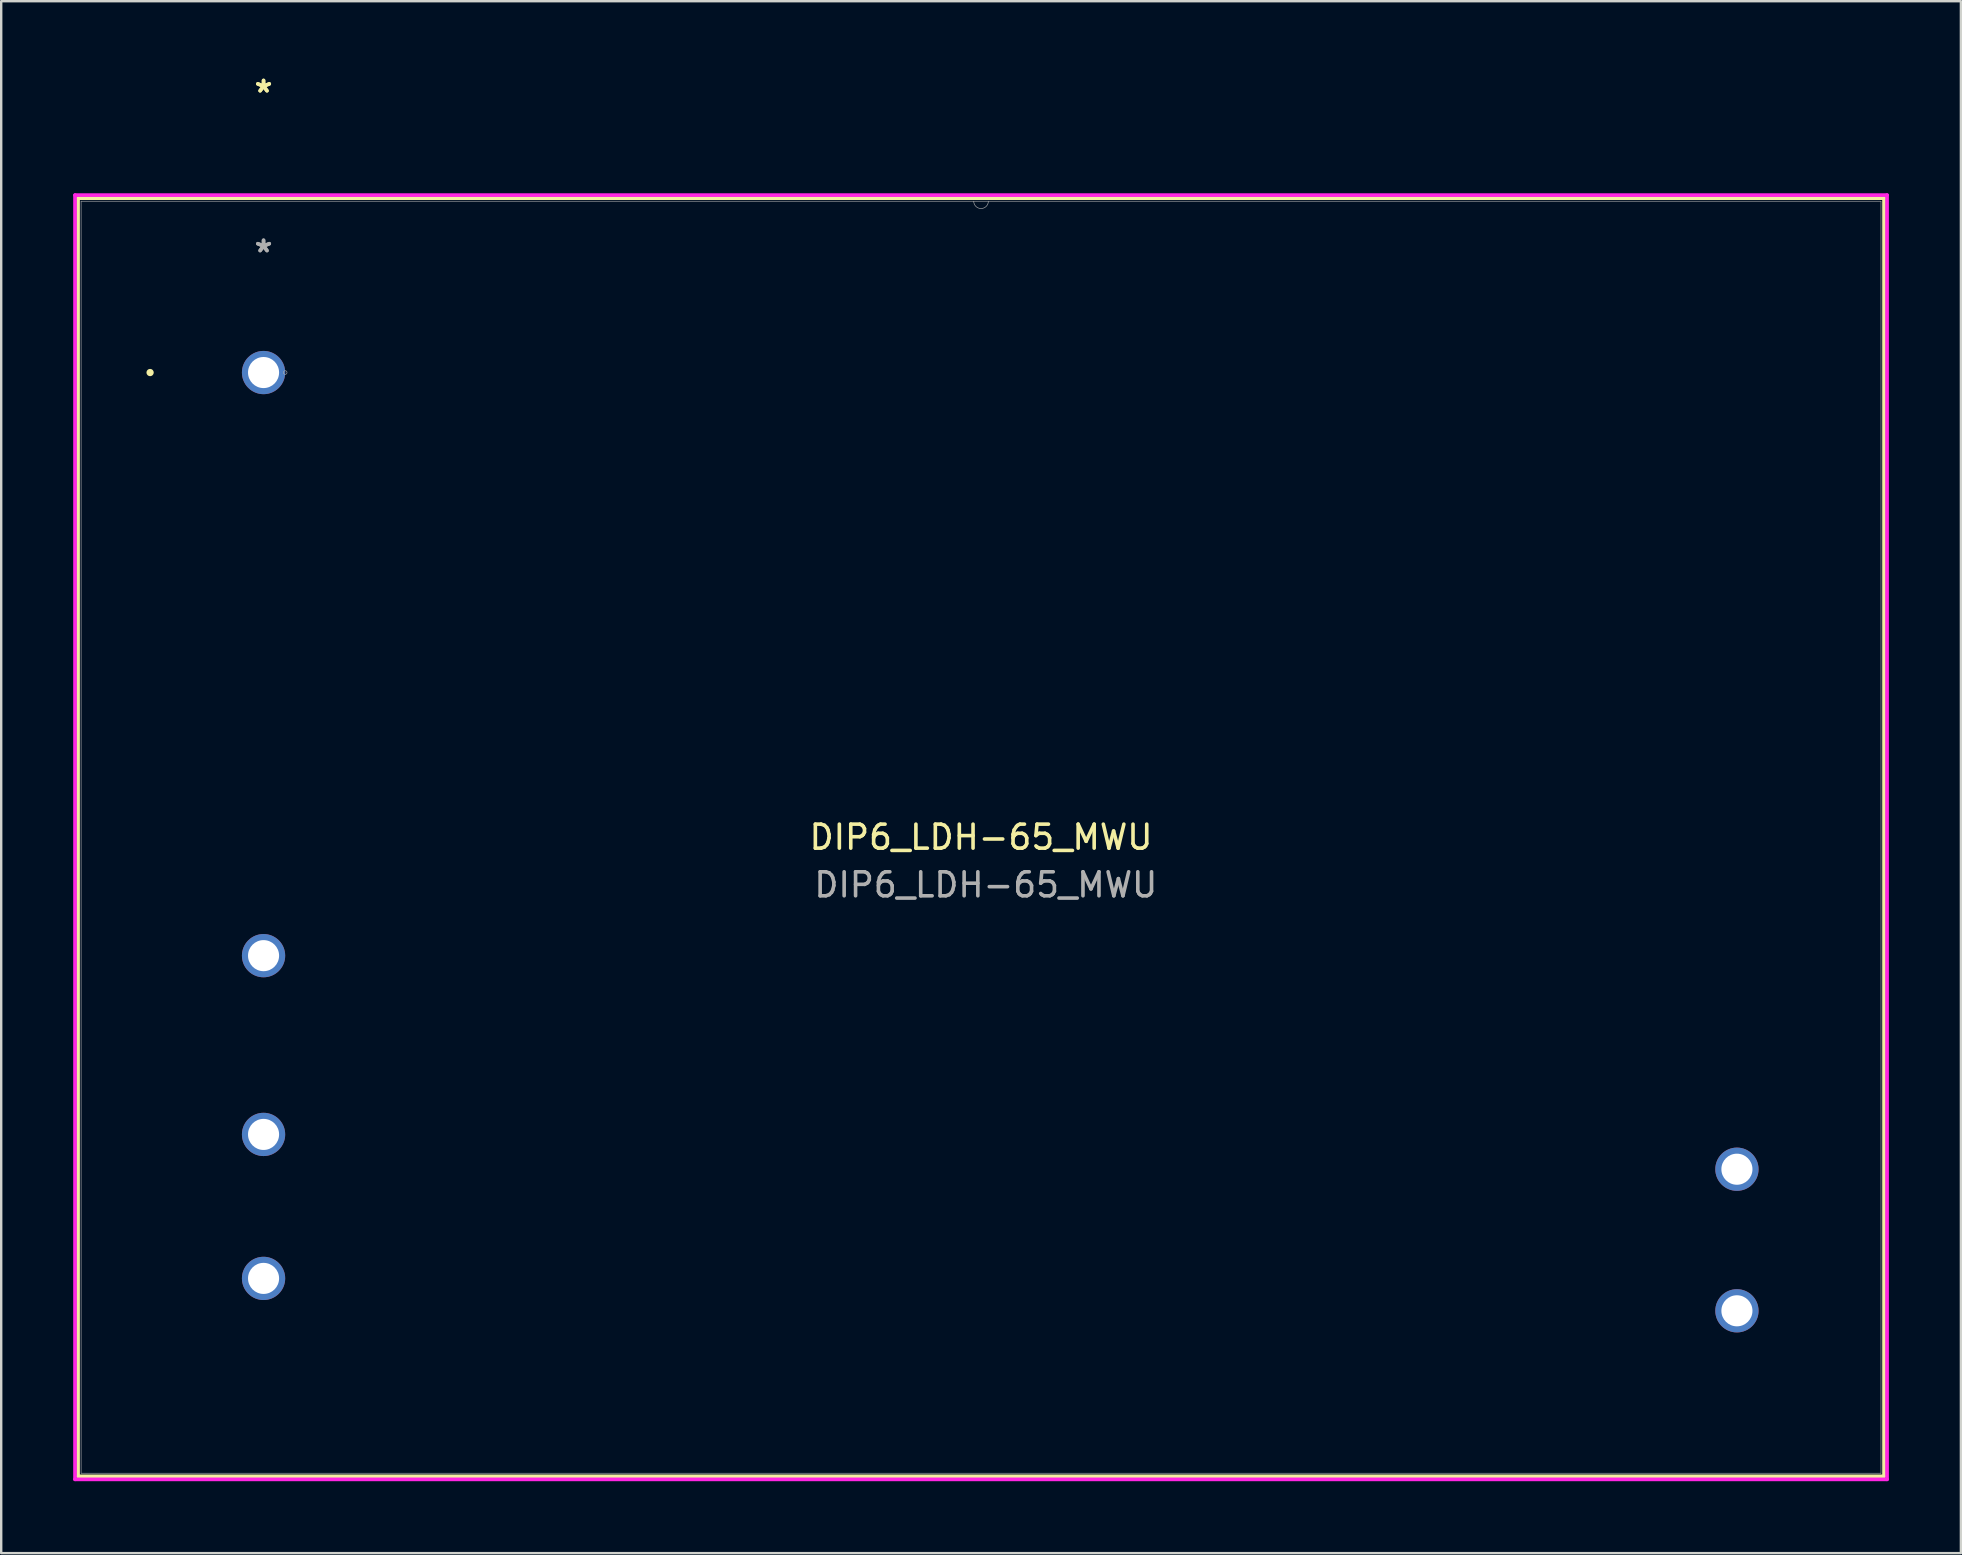
<source format=kicad_pcb>
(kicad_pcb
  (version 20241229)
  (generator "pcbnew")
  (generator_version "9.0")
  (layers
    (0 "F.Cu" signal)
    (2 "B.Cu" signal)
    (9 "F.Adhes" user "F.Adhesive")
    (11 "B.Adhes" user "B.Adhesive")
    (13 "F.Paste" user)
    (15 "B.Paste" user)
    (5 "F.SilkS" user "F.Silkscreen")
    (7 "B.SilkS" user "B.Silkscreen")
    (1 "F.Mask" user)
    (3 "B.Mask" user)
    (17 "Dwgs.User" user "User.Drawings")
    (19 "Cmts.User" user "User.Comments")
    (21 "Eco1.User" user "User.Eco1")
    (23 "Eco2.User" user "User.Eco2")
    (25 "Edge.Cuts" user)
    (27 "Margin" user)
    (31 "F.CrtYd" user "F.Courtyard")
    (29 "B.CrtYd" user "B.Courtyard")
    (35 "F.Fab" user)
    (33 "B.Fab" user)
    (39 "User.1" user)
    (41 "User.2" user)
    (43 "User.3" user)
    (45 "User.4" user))
  (footprint "DIP6_LDH-65_MWU"
    (layer "F.Cu")
    (at 7.933 12.475)
    (property "Reference" "DIP6_LDH-65_MWU" (at 29.9 19.365 0) (unlocked yes) (layer "F.SilkS") (effects (font (size 1 1) (thickness 0.15))))
    (attr through_hole)
    (fp_line (start -7.73 -7.267) (end -7.73 45.997) (stroke (width 0.152) (type solid)) (layer "F.SilkS"))
    (fp_line (start -7.73 45.997) (end 67.53 45.997) (stroke (width 0.152) (type solid)) (layer "F.SilkS"))
    (fp_line (start 67.53 -7.267) (end -7.73 -7.267) (stroke (width 0.152) (type solid)) (layer "F.SilkS"))
    (fp_line (start 67.53 45.997) (end 67.53 -7.267) (stroke (width 0.152) (type solid)) (layer "F.SilkS"))
    (fp_circle (center -4.728 0) (end -4.652 0) (stroke (width 0.152) (type solid)) (fill no) (layer "F.SilkS"))
    (fp_line (start -7.857 -7.394) (end 67.657 -7.394) (stroke (width 0.152) (type solid)) (layer "F.CrtYd"))
    (fp_line (start -7.857 46.124) (end -7.857 -7.394) (stroke (width 0.152) (type solid)) (layer "F.CrtYd"))
    (fp_line (start 67.657 -7.394) (end 67.657 46.124) (stroke (width 0.152) (type solid)) (layer "F.CrtYd"))
    (fp_line (start 67.657 46.124) (end -7.857 46.124) (stroke (width 0.152) (type solid)) (layer "F.CrtYd"))
    (fp_line (start -7.603 -7.14) (end -7.603 45.87) (stroke (width 0.025) (type solid)) (layer "F.Fab"))
    (fp_line (start -7.603 45.87) (end 67.403 45.87) (stroke (width 0.025) (type solid)) (layer "F.Fab"))
    (fp_line (start 67.403 -7.14) (end -7.603 -7.14) (stroke (width 0.025) (type solid)) (layer "F.Fab"))
    (fp_line (start 67.403 45.87) (end 67.403 -7.14) (stroke (width 0.025) (type solid)) (layer "F.Fab"))
    (fp_arc (start 30.204804 -7.140001) (mid 29.900004 -6.835201) (end 29.595204 -7.140001) (stroke (width 0.0254) (type solid)) (layer "F.Fab"))
    (fp_circle (center 0.902 0) (end 0.978 0) (stroke (width 0.025) (type solid)) (fill no) (layer "F.Fab"))
    (fp_text user "*" (at 0 -11.627 0) (unlocked yes) (layer "F.SilkS") (effects (font (size 1 1) (thickness 0.15))))
    (fp_text user "*" (at 0 -11.627 0) (layer "F.SilkS") (effects (font (size 1 1) (thickness 0.15))))
    (fp_text user "${REFERENCE}" (at 30.1 21.35 0) (unlocked yes) (layer "F.Fab") (effects (font (size 1 1) (thickness 0.15))))
    (fp_text user "*" (at 0 -4.967 0) (layer "F.Fab") (effects (font (size 1 1) (thickness 0.15))))
    (fp_text user "*" (at 0 -4.967 0) (unlocked yes) (layer "F.Fab") (effects (font (size 1 1) (thickness 0.15))))
    (pad "1" thru_hole circle (at 0.000001 0) (size 1.803 1.803) (drill 1.295) (layers "*.Cu" "*.Mask"))
    (pad "2" thru_hole circle (at 0.000001 24.3) (size 1.803 1.803) (drill 1.295) (layers "*.Cu" "*.Mask"))
    (pad "3" thru_hole circle (at 0.000001 31.75) (size 1.803 1.803) (drill 1.295) (layers "*.Cu" "*.Mask"))
    (pad "4" thru_hole circle (at 0.000001 37.75) (size 1.803 1.803) (drill 1.295) (layers "*.Cu" "*.Mask"))
    (pad "5" thru_hole circle (at 61.4 39.1) (size 1.803 1.803) (drill 1.295) (layers "*.Cu" "*.Mask"))
    (pad "6" thru_hole circle (at 61.4 33.2) (size 1.803 1.803) (drill 1.295) (layers "*.Cu" "*.Mask")))
  (gr_rect
    (start -3 -3)
    (end 78.667 61.675)
    (stroke (width 0.1) (type default))
    (fill no)
    (layer "Edge.Cuts")))
</source>
